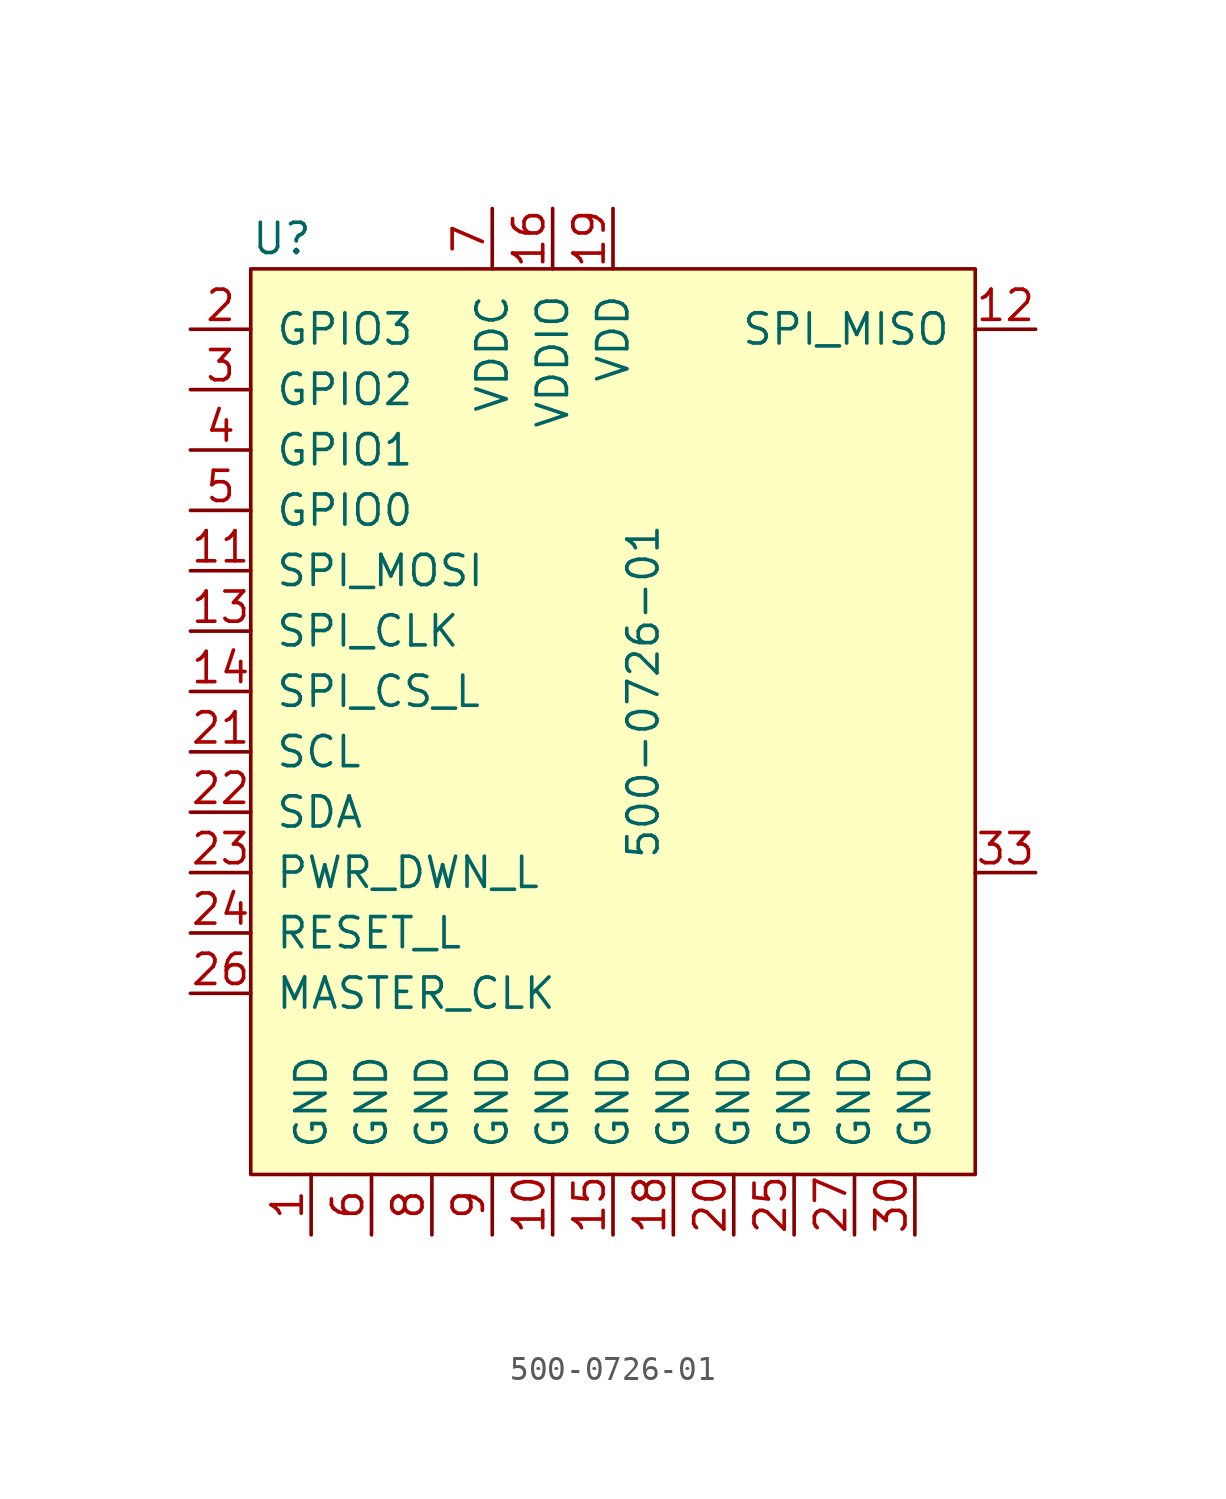
<source format=kicad_sym>
(kicad_symbol_lib
  (version 20220914)
  (generator kicad_symbol_editor)
  (symbol "500-0726-01"
    (pin_names
      (offset 1.016))
    (property "Reference" "U"
      (at -15.24 21.59 0)
      (effects (font (size 1.27 1.27)) (justify left)))
    (property "Value" "500-0726-01"
      (at 1.27 2.54 90)
      (effects (font (size 1.27 1.27))))
    (symbol "500-0726-01_1_1"
      (rectangle (start -15.24 20.32) (end 15.24 -17.78) (stroke (width 0) (type default)) (fill (type background)))
      (pin power_in line (at -12.7 -20.32 90) (length 2.54) (name "GND" (effects (font (size 1.27 1.27)))) (number "1" (effects (font (size 1.27 1.27)))))
      (pin power_in line (at -2.54 -20.32 90) (length 2.54) (name "GND" (effects (font (size 1.27 1.27)))) (number "10" (effects (font (size 1.27 1.27)))))
      (pin input line (at -17.78 7.62 0) (length 2.54) (name "SPI_MOSI" (effects (font (size 1.27 1.27)))) (number "11" (effects (font (size 1.27 1.27)))))
      (pin output line (at 17.78 17.78 180) (length 2.54) (name "SPI_MISO" (effects (font (size 1.27 1.27)))) (number "12" (effects (font (size 1.27 1.27)))))
      (pin input line (at -17.78 5.08 0) (length 2.54) (name "SPI_CLK" (effects (font (size 1.27 1.27)))) (number "13" (effects (font (size 1.27 1.27)))))
      (pin input line (at -17.78 2.54 0) (length 2.54) (name "SPI_CS_L" (effects (font (size 1.27 1.27)))) (number "14" (effects (font (size 1.27 1.27)))))
      (pin power_in line (at 0 -20.32 90) (length 2.54) (name "GND" (effects (font (size 1.27 1.27)))) (number "15" (effects (font (size 1.27 1.27)))))
      (pin power_in line (at -2.54 22.86 270) (length 2.54) (name "VDDIO" (effects (font (size 1.27 1.27)))) (number "16" (effects (font (size 1.27 1.27)))))
      (pin no_connect line (at 15.24 0 180) (length 2.54) hide (name "NC" (effects (font (size 1.27 1.27)))) (number "17" (effects (font (size 1.27 1.27)))))
      (pin power_in line (at 2.54 -20.32 90) (length 2.54) (name "GND" (effects (font (size 1.27 1.27)))) (number "18" (effects (font (size 1.27 1.27)))))
      (pin power_in line (at 0 22.86 270) (length 2.54) (name "VDD" (effects (font (size 1.27 1.27)))) (number "19" (effects (font (size 1.27 1.27)))))
      (pin bidirectional line (at -17.78 17.78 0) (length 2.54) (name "GPIO3" (effects (font (size 1.27 1.27)))) (number "2" (effects (font (size 1.27 1.27)))))
      (pin power_in line (at 5.08 -20.32 90) (length 2.54) (name "GND" (effects (font (size 1.27 1.27)))) (number "20" (effects (font (size 1.27 1.27)))))
      (pin input line (at -17.78 0 0) (length 2.54) (name "SCL" (effects (font (size 1.27 1.27)))) (number "21" (effects (font (size 1.27 1.27)))))
      (pin bidirectional line (at -17.78 -2.54 0) (length 2.54) (name "SDA" (effects (font (size 1.27 1.27)))) (number "22" (effects (font (size 1.27 1.27)))))
      (pin input line (at -17.78 -5.08 0) (length 2.54) (name "PWR_DWN_L" (effects (font (size 1.27 1.27)))) (number "23" (effects (font (size 1.27 1.27)))))
      (pin input line (at -17.78 -7.62 0) (length 2.54) (name "RESET_L" (effects (font (size 1.27 1.27)))) (number "24" (effects (font (size 1.27 1.27)))))
      (pin power_in line (at 7.62 -20.32 90) (length 2.54) (name "GND" (effects (font (size 1.27 1.27)))) (number "25" (effects (font (size 1.27 1.27)))))
      (pin input line (at -17.78 -10.16 0) (length 2.54) (name "MASTER_CLK" (effects (font (size 1.27 1.27)))) (number "26" (effects (font (size 1.27 1.27)))))
      (pin power_in line (at 10.16 -20.32 90) (length 2.54) (name "GND" (effects (font (size 1.27 1.27)))) (number "27" (effects (font (size 1.27 1.27)))))
      (pin no_connect line (at 15.24 12.7 180) (length 2.54) hide (name "RES" (effects (font (size 1.27 1.27)))) (number "28" (effects (font (size 1.27 1.27)))))
      (pin no_connect line (at 15.24 10.16 180) (length 2.54) hide (name "RES" (effects (font (size 1.27 1.27)))) (number "29" (effects (font (size 1.27 1.27)))))
      (pin bidirectional line (at -17.78 15.24 0) (length 2.54) (name "GPIO2" (effects (font (size 1.27 1.27)))) (number "3" (effects (font (size 1.27 1.27)))))
      (pin power_in line (at 12.7 -20.32 90) (length 2.54) (name "GND" (effects (font (size 1.27 1.27)))) (number "30" (effects (font (size 1.27 1.27)))))
      (pin no_connect line (at 15.24 7.62 180) (length 2.54) hide (name "RES" (effects (font (size 1.27 1.27)))) (number "31" (effects (font (size 1.27 1.27)))))
      (pin no_connect line (at 15.24 5.08 180) (length 2.54) hide (name "RES" (effects (font (size 1.27 1.27)))) (number "32" (effects (font (size 1.27 1.27)))))
      (pin unspecified line (at 17.78 -5.08 180) (length 2.54) (name "~" (effects (font (size 1.27 1.27)))) (number "33" (effects (font (size 1.27 1.27)))))
      (pin bidirectional line (at -17.78 12.7 0) (length 2.54) (name "GPIO1" (effects (font (size 1.27 1.27)))) (number "4" (effects (font (size 1.27 1.27)))))
      (pin bidirectional line (at -17.78 10.16 0) (length 2.54) (name "GPIO0" (effects (font (size 1.27 1.27)))) (number "5" (effects (font (size 1.27 1.27)))))
      (pin power_in line (at -10.16 -20.32 90) (length 2.54) (name "GND" (effects (font (size 1.27 1.27)))) (number "6" (effects (font (size 1.27 1.27)))))
      (pin power_in line (at -5.08 22.86 270) (length 2.54) (name "VDDC" (effects (font (size 1.27 1.27)))) (number "7" (effects (font (size 1.27 1.27)))))
      (pin power_in line (at -7.62 -20.32 90) (length 2.54) (name "GND" (effects (font (size 1.27 1.27)))) (number "8" (effects (font (size 1.27 1.27)))))
      (pin power_in line (at -5.08 -20.32 90) (length 2.54) (name "GND" (effects (font (size 1.27 1.27)))) (number "9" (effects (font (size 1.27 1.27))))))))
</source>
